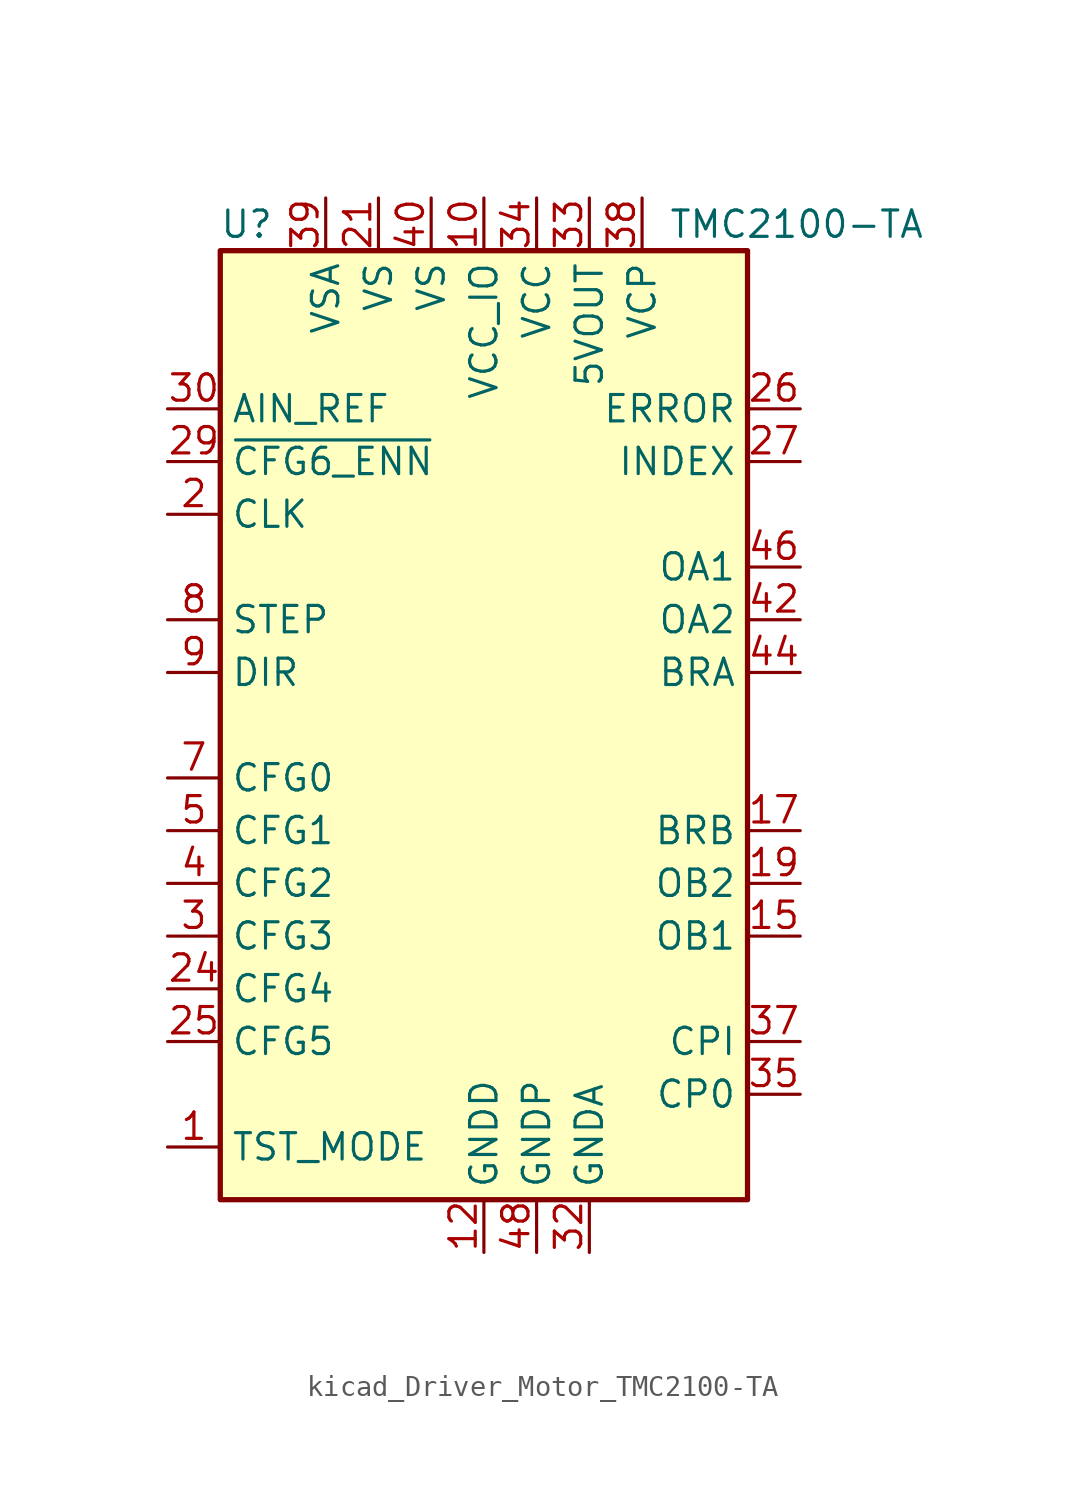
<source format=kicad_sym>
(kicad_symbol_lib
  (version 20220914)
  (generator kicad_symbol_editor)
  (symbol "kicad_Driver_Motor_TMC2100-TA"
    (property "Reference" "U"
      (at -11.43 24.13 0)
      (effects (font (size 1.27 1.27))))
    (property "Value" "TMC2100-TA"
      (at 8.89 24.13 0)
      (effects (font (size 1.27 1.27)) (justify left)))
    (symbol "kicad_Driver_Motor_TMC2100-TA_0_1"
      (rectangle (start -12.7 22.86) (end 12.7 -22.86) (stroke (width 0.254) (type default)) (fill (type background))))
    (symbol "kicad_Driver_Motor_TMC2100-TA_1_1"
      (pin input line (at -15.24 -20.32 0) (length 2.54) (name "TST_MODE" (effects (font (size 1.27 1.27)))) (number "1" (effects (font (size 1.27 1.27)))))
      (pin power_in line (at 0 25.4 270) (length 2.54) (name "VCC_IO" (effects (font (size 1.27 1.27)))) (number "10" (effects (font (size 1.27 1.27)))))
      (pin no_connect line (at -12.7 17.78 0) (length 2.54) hide (name "DNC" (effects (font (size 1.27 1.27)))) (number "11" (effects (font (size 1.27 1.27)))))
      (pin power_in line (at 0 -25.4 90) (length 2.54) (name "GNDD" (effects (font (size 1.27 1.27)))) (number "12" (effects (font (size 1.27 1.27)))))
      (pin passive line (at 2.54 -25.4 90) (length 2.54) hide (name "GNDP" (effects (font (size 1.27 1.27)))) (number "13" (effects (font (size 1.27 1.27)))))
      (pin no_connect line (at -12.7 7.62 0) (length 2.54) hide (name "DNC" (effects (font (size 1.27 1.27)))) (number "14" (effects (font (size 1.27 1.27)))))
      (pin output line (at 15.24 -10.16 180) (length 2.54) (name "OB1" (effects (font (size 1.27 1.27)))) (number "15" (effects (font (size 1.27 1.27)))))
      (pin no_connect line (at -12.7 0 0) (length 2.54) hide (name "DNC" (effects (font (size 1.27 1.27)))) (number "16" (effects (font (size 1.27 1.27)))))
      (pin passive line (at 15.24 -5.08 180) (length 2.54) (name "BRB" (effects (font (size 1.27 1.27)))) (number "17" (effects (font (size 1.27 1.27)))))
      (pin no_connect line (at -12.7 -17.78 0) (length 2.54) hide (name "DNC" (effects (font (size 1.27 1.27)))) (number "18" (effects (font (size 1.27 1.27)))))
      (pin output line (at 15.24 -7.62 180) (length 2.54) (name "OB2" (effects (font (size 1.27 1.27)))) (number "19" (effects (font (size 1.27 1.27)))))
      (pin input line (at -15.24 10.16 0) (length 2.54) (name "CLK" (effects (font (size 1.27 1.27)))) (number "2" (effects (font (size 1.27 1.27)))))
      (pin no_connect line (at 12.7 17.78 180) (length 2.54) hide (name "DNC" (effects (font (size 1.27 1.27)))) (number "20" (effects (font (size 1.27 1.27)))))
      (pin power_in line (at -5.08 25.4 270) (length 2.54) (name "VS" (effects (font (size 1.27 1.27)))) (number "21" (effects (font (size 1.27 1.27)))))
      (pin no_connect line (at 7.62 -22.86 90) (length 2.54) hide (name "DNC" (effects (font (size 1.27 1.27)))) (number "22" (effects (font (size 1.27 1.27)))))
      (pin no_connect line (at 12.7 20.32 180) (length 2.54) hide (name "DNC" (effects (font (size 1.27 1.27)))) (number "23" (effects (font (size 1.27 1.27)))))
      (pin input line (at -15.24 -12.7 0) (length 2.54) (name "CFG4" (effects (font (size 1.27 1.27)))) (number "24" (effects (font (size 1.27 1.27)))))
      (pin input line (at -15.24 -15.24 0) (length 2.54) (name "CFG5" (effects (font (size 1.27 1.27)))) (number "25" (effects (font (size 1.27 1.27)))))
      (pin open_collector line (at 15.24 15.24 180) (length 2.54) (name "ERROR" (effects (font (size 1.27 1.27)))) (number "26" (effects (font (size 1.27 1.27)))))
      (pin open_collector line (at 15.24 12.7 180) (length 2.54) (name "INDEX" (effects (font (size 1.27 1.27)))) (number "27" (effects (font (size 1.27 1.27)))))
      (pin no_connect line (at 12.7 -20.32 180) (length 2.54) hide (name "DNC" (effects (font (size 1.27 1.27)))) (number "28" (effects (font (size 1.27 1.27)))))
      (pin input line (at -15.24 12.7 0) (length 2.54) (name "~{CFG6_ENN}" (effects (font (size 1.27 1.27)))) (number "29" (effects (font (size 1.27 1.27)))))
      (pin input line (at -15.24 -10.16 0) (length 2.54) (name "CFG3" (effects (font (size 1.27 1.27)))) (number "3" (effects (font (size 1.27 1.27)))))
      (pin input line (at -15.24 15.24 0) (length 2.54) (name "AIN_REF" (effects (font (size 1.27 1.27)))) (number "30" (effects (font (size 1.27 1.27)))))
      (pin passive line (at 0 -25.4 90) (length 2.54) hide (name "GNDD" (effects (font (size 1.27 1.27)))) (number "31" (effects (font (size 1.27 1.27)))))
      (pin power_in line (at 5.08 -25.4 90) (length 2.54) (name "GNDA" (effects (font (size 1.27 1.27)))) (number "32" (effects (font (size 1.27 1.27)))))
      (pin power_out line (at 5.08 25.4 270) (length 2.54) (name "5VOUT" (effects (font (size 1.27 1.27)))) (number "33" (effects (font (size 1.27 1.27)))))
      (pin power_in line (at 2.54 25.4 270) (length 2.54) (name "VCC" (effects (font (size 1.27 1.27)))) (number "34" (effects (font (size 1.27 1.27)))))
      (pin passive line (at 15.24 -17.78 180) (length 2.54) (name "CP0" (effects (font (size 1.27 1.27)))) (number "35" (effects (font (size 1.27 1.27)))))
      (pin passive line (at 0 -25.4 90) (length 2.54) hide (name "GNDD" (effects (font (size 1.27 1.27)))) (number "36" (effects (font (size 1.27 1.27)))))
      (pin passive line (at 15.24 -15.24 180) (length 2.54) (name "CPI" (effects (font (size 1.27 1.27)))) (number "37" (effects (font (size 1.27 1.27)))))
      (pin passive line (at 7.62 25.4 270) (length 2.54) (name "VCP" (effects (font (size 1.27 1.27)))) (number "38" (effects (font (size 1.27 1.27)))))
      (pin power_in line (at -7.62 25.4 270) (length 2.54) (name "VSA" (effects (font (size 1.27 1.27)))) (number "39" (effects (font (size 1.27 1.27)))))
      (pin input line (at -15.24 -7.62 0) (length 2.54) (name "CFG2" (effects (font (size 1.27 1.27)))) (number "4" (effects (font (size 1.27 1.27)))))
      (pin power_in line (at -2.54 25.4 270) (length 2.54) (name "VS" (effects (font (size 1.27 1.27)))) (number "40" (effects (font (size 1.27 1.27)))))
      (pin no_connect line (at 12.7 -12.7 180) (length 2.54) hide (name "DNC" (effects (font (size 1.27 1.27)))) (number "41" (effects (font (size 1.27 1.27)))))
      (pin output line (at 15.24 5.08 180) (length 2.54) (name "OA2" (effects (font (size 1.27 1.27)))) (number "42" (effects (font (size 1.27 1.27)))))
      (pin no_connect line (at 12.7 -2.54 180) (length 2.54) hide (name "DNC" (effects (font (size 1.27 1.27)))) (number "43" (effects (font (size 1.27 1.27)))))
      (pin passive line (at 15.24 2.54 180) (length 2.54) (name "BRA" (effects (font (size 1.27 1.27)))) (number "44" (effects (font (size 1.27 1.27)))))
      (pin no_connect line (at 12.7 0 180) (length 2.54) hide (name "DNC" (effects (font (size 1.27 1.27)))) (number "45" (effects (font (size 1.27 1.27)))))
      (pin output line (at 15.24 7.62 180) (length 2.54) (name "OA1" (effects (font (size 1.27 1.27)))) (number "46" (effects (font (size 1.27 1.27)))))
      (pin no_connect line (at 12.7 10.16 180) (length 2.54) hide (name "DNC" (effects (font (size 1.27 1.27)))) (number "47" (effects (font (size 1.27 1.27)))))
      (pin power_in line (at 2.54 -25.4 90) (length 2.54) (name "GNDP" (effects (font (size 1.27 1.27)))) (number "48" (effects (font (size 1.27 1.27)))))
      (pin passive line (at 0 -25.4 90) (length 2.54) hide (name "GNDD" (effects (font (size 1.27 1.27)))) (number "49" (effects (font (size 1.27 1.27)))))
      (pin input line (at -15.24 -5.08 0) (length 2.54) (name "CFG1" (effects (font (size 1.27 1.27)))) (number "5" (effects (font (size 1.27 1.27)))))
      (pin passive line (at 0 -25.4 90) (length 2.54) hide (name "GNDD" (effects (font (size 1.27 1.27)))) (number "6" (effects (font (size 1.27 1.27)))))
      (pin input line (at -15.24 -2.54 0) (length 2.54) (name "CFG0" (effects (font (size 1.27 1.27)))) (number "7" (effects (font (size 1.27 1.27)))))
      (pin input line (at -15.24 5.08 0) (length 2.54) (name "STEP" (effects (font (size 1.27 1.27)))) (number "8" (effects (font (size 1.27 1.27)))))
      (pin input line (at -15.24 2.54 0) (length 2.54) (name "DIR" (effects (font (size 1.27 1.27)))) (number "9" (effects (font (size 1.27 1.27))))))))
</source>
